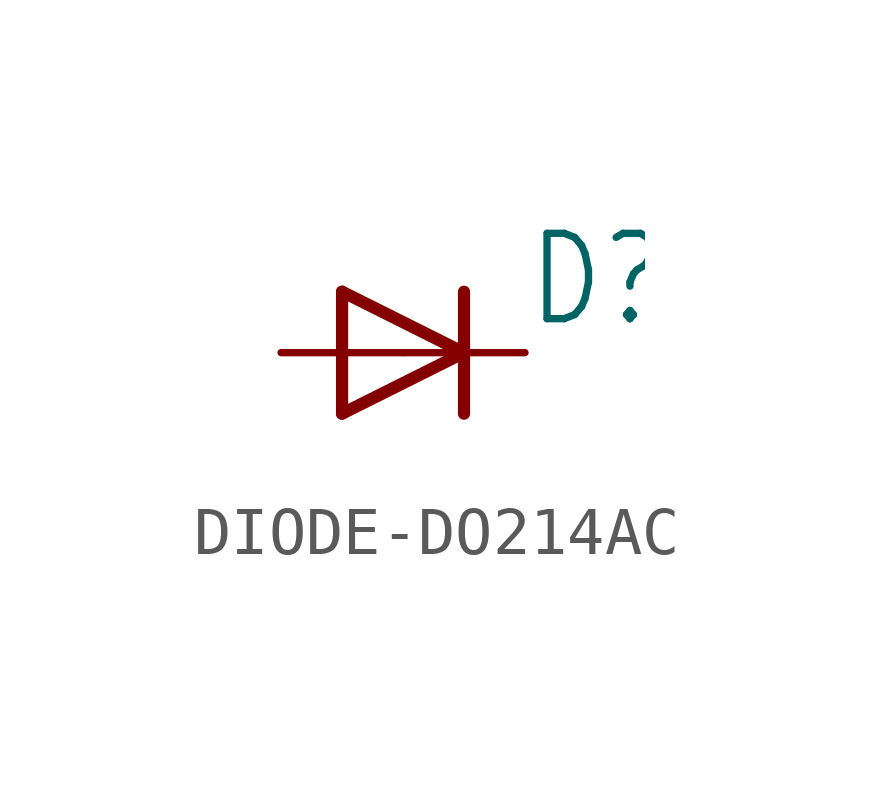
<source format=kicad_sym>
(kicad_symbol_lib
  (version 20241209)
  (generator "kicad_symbol_editor")
  (generator_version "9.0")
  (symbol "DIODE-DO214AC"
    (property "Reference" "D"
      (at 2.54 0.483 0)
      (effects (font (size 1.778 1.511)) (justify left bottom)))
    (property "Value" ""
      (at 2.54 -2.311 0)
      (effects (font (size 1.778 1.511)) (justify left bottom)))
    (property "ki_locked" ""
      (at 0 0 0)
      (effects (font (size 1.27 1.27))))
    (symbol "DIODE-DO214AC_1_0"
      (polyline (pts (xy -1.27 1.27) (xy -1.27 -1.27)) (stroke (width 0.254) (type solid)) (fill (type none)))
      (polyline (pts (xy -1.27 -1.27) (xy 1.27 0)) (stroke (width 0.254) (type solid)) (fill (type none)))
      (polyline (pts (xy 1.27 1.27) (xy 1.27 0)) (stroke (width 0.254) (type solid)) (fill (type none)))
      (polyline (pts (xy 1.27 0) (xy -1.27 1.27)) (stroke (width 0.254) (type solid)) (fill (type none)))
      (polyline (pts (xy 1.27 0) (xy 1.27 -1.27)) (stroke (width 0.254) (type solid)) (fill (type none)))
      (pin passive line (at -2.54 0 0) (length 2.54) (name "A" (effects (font (size 0 0)))) (number "A" (effects (font (size 0 0)))))
      (pin passive line (at 2.54 0 180) (length 2.54) (name "C" (effects (font (size 0 0)))) (number "C" (effects (font (size 0 0))))))))
</source>
